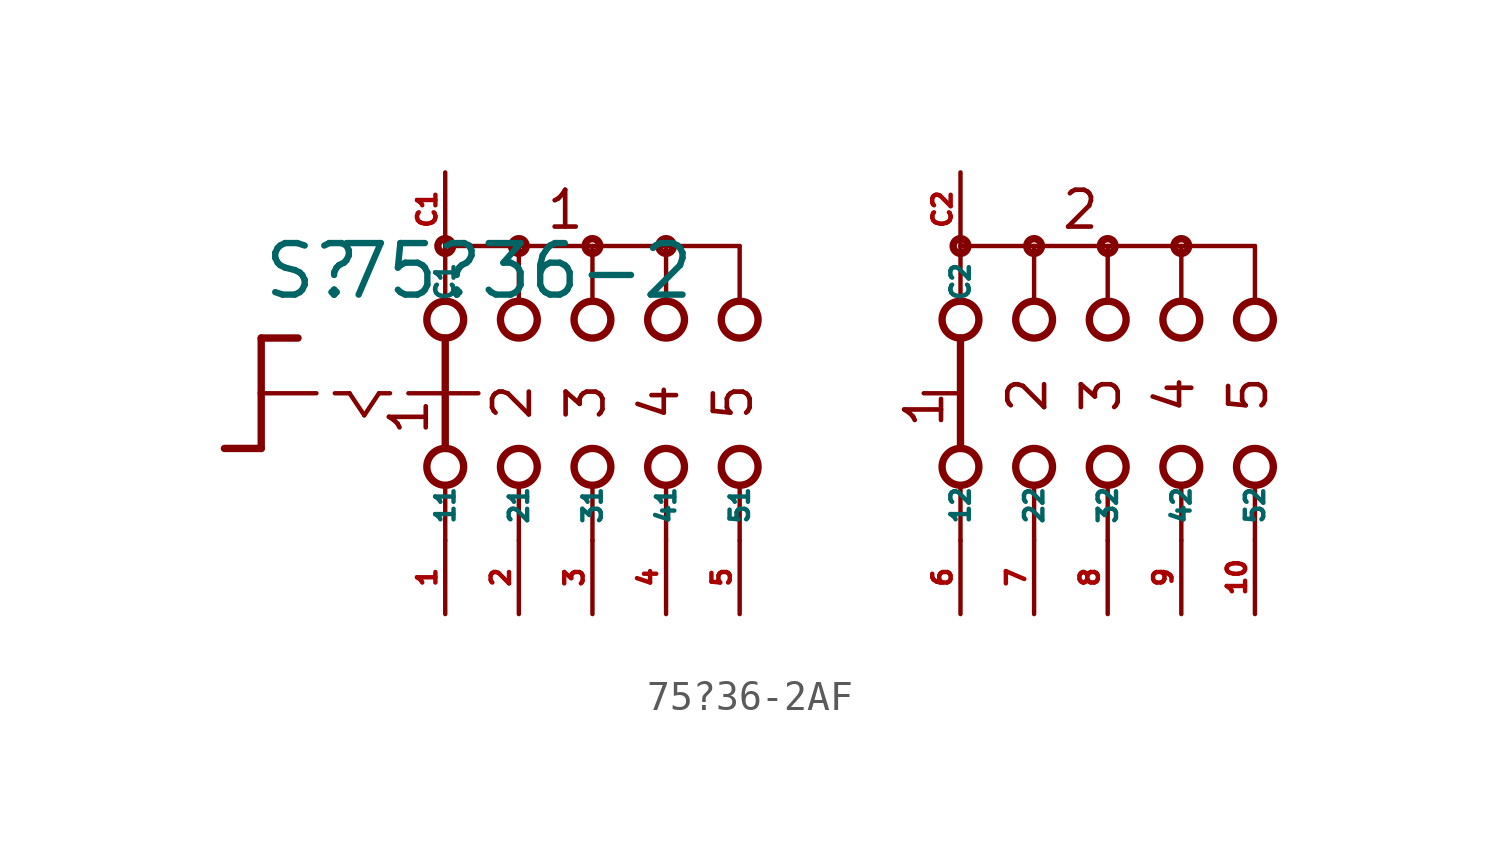
<source format=kicad_sym>
(kicad_symbol_lib
  (version 20220914)
  (generator Eagle2Kicad)
  (symbol "75?36-2AF"
    (property "Reference" "S"
      (at -19.05 3.175 0)
      (effects (font (size 1.778 1.778) (thickness 0.22)) (justify left bottom)))
    (property "Value" "75?36-2"
      (at -16.51 3.175 0)
      (effects (font (size 1.778 1.778) (thickness 0.22)) (justify left bottom)))
    (polyline
      (pts (xy -19.05 1.905) (xy -17.78 1.905))
      (stroke (width 0.254) (type default))
      (fill (type none)))
    (polyline
      (pts (xy -19.05 1.905) (xy -19.05 0))
      (stroke (width 0.254) (type default))
      (fill (type none)))
    (polyline
      (pts (xy -19.05 -1.905) (xy -20.32 -1.905))
      (stroke (width 0.254) (type default))
      (fill (type none)))
    (polyline
      (pts (xy -19.05 0) (xy -17.145 0))
      (stroke (width 0.152) (type default))
      (fill (type none)))
    (polyline
      (pts (xy -19.05 0) (xy -19.05 -1.905))
      (stroke (width 0.254) (type default))
      (fill (type none)))
    (polyline
      (pts (xy -16.51 0) (xy -16.002 0))
      (stroke (width 0.152) (type default))
      (fill (type none)))
    (polyline
      (pts (xy -14.986 0) (xy -14.605 0))
      (stroke (width 0.152) (type default))
      (fill (type none)))
    (polyline
      (pts (xy -16.002 0) (xy -15.494 -0.762))
      (stroke (width 0.152) (type default))
      (fill (type none)))
    (polyline
      (pts (xy -15.494 -0.762) (xy -14.986 0))
      (stroke (width 0.152) (type default))
      (fill (type none)))
    (polyline
      (pts (xy -10.16 3.175) (xy -10.16 5.08))
      (stroke (width 0.152) (type default))
      (fill (type none)))
    (polyline
      (pts (xy -7.62 3.175) (xy -7.62 5.08))
      (stroke (width 0.152) (type default))
      (fill (type none)))
    (polyline
      (pts (xy -5.08 3.175) (xy -5.08 5.08))
      (stroke (width 0.152) (type default))
      (fill (type none)))
    (polyline
      (pts (xy -7.62 5.08) (xy -10.16 5.08))
      (stroke (width 0.152) (type default))
      (fill (type none)))
    (polyline
      (pts (xy -7.62 5.08) (xy -5.08 5.08))
      (stroke (width 0.152) (type default))
      (fill (type none)))
    (polyline
      (pts (xy -2.54 3.175) (xy -2.54 5.08))
      (stroke (width 0.152) (type default))
      (fill (type none)))
    (polyline
      (pts (xy -5.08 5.08) (xy -2.54 5.08))
      (stroke (width 0.152) (type default))
      (fill (type none)))
    (polyline
      (pts (xy -12.7 5.08) (xy -12.7 3.175))
      (stroke (width 0.152) (type default))
      (fill (type none)))
    (polyline
      (pts (xy -10.16 5.08) (xy -12.7 5.08))
      (stroke (width 0.152) (type default))
      (fill (type none)))
    (polyline
      (pts (xy 5.08 3.175) (xy 5.08 5.08))
      (stroke (width 0.152) (type default))
      (fill (type none)))
    (polyline
      (pts (xy 5.08 -5.08) (xy 5.08 -3.175))
      (stroke (width 0.152) (type default))
      (fill (type none)))
    (polyline
      (pts (xy 7.62 3.175) (xy 7.62 5.08))
      (stroke (width 0.152) (type default))
      (fill (type none)))
    (polyline
      (pts (xy 10.16 3.175) (xy 10.16 5.08))
      (stroke (width 0.152) (type default))
      (fill (type none)))
    (polyline
      (pts (xy 12.7 3.175) (xy 12.7 5.08))
      (stroke (width 0.152) (type default))
      (fill (type none)))
    (polyline
      (pts (xy 15.24 3.175) (xy 15.24 5.08))
      (stroke (width 0.152) (type default))
      (fill (type none)))
    (polyline
      (pts (xy 5.08 5.08) (xy 7.62 5.08))
      (stroke (width 0.152) (type default))
      (fill (type none)))
    (polyline
      (pts (xy 7.62 5.08) (xy 10.16 5.08))
      (stroke (width 0.152) (type default))
      (fill (type none)))
    (polyline
      (pts (xy 10.16 5.08) (xy 12.7 5.08))
      (stroke (width 0.152) (type default))
      (fill (type none)))
    (polyline
      (pts (xy 12.7 5.08) (xy 15.24 5.08))
      (stroke (width 0.152) (type default))
      (fill (type none)))
    (polyline
      (pts (xy 7.62 -5.08) (xy 7.62 -3.175))
      (stroke (width 0.152) (type default))
      (fill (type none)))
    (polyline
      (pts (xy 10.16 -5.08) (xy 10.16 -3.175))
      (stroke (width 0.152) (type default))
      (fill (type none)))
    (polyline
      (pts (xy 12.7 -5.08) (xy 12.7 -3.175))
      (stroke (width 0.152) (type default))
      (fill (type none)))
    (polyline
      (pts (xy 15.24 -5.08) (xy 15.24 -3.175))
      (stroke (width 0.152) (type default))
      (fill (type none)))
    (polyline
      (pts (xy 5.08 1.905) (xy 5.08 -1.905))
      (stroke (width 0.254) (type default))
      (fill (type none)))
    (polyline
      (pts (xy 3.81 0) (xy 4.953 0))
      (stroke (width 0.152) (type default))
      (fill (type none)))
    (polyline
      (pts (xy -13.97 0) (xy -12.827 0))
      (stroke (width 0.152) (type default))
      (fill (type none)))
    (polyline
      (pts (xy -10.16 -5.08) (xy -10.16 -3.175))
      (stroke (width 0.152) (type default))
      (fill (type none)))
    (polyline
      (pts (xy -7.62 -5.08) (xy -7.62 -3.175))
      (stroke (width 0.152) (type default))
      (fill (type none)))
    (polyline
      (pts (xy -5.08 -5.08) (xy -5.08 -3.175))
      (stroke (width 0.152) (type default))
      (fill (type none)))
    (polyline
      (pts (xy -2.54 -5.08) (xy -2.54 -3.175))
      (stroke (width 0.152) (type default))
      (fill (type none)))
    (polyline
      (pts (xy -12.7 1.905) (xy -12.7 0))
      (stroke (width 0.254) (type default))
      (fill (type none)))
    (polyline
      (pts (xy -12.7 -3.175) (xy -12.7 -5.08))
      (stroke (width 0.152) (type default))
      (fill (type none)))
    (polyline
      (pts (xy -12.7 0) (xy -11.557 0))
      (stroke (width 0.152) (type default))
      (fill (type none)))
    (polyline
      (pts (xy -12.7 0) (xy -12.7 -1.905))
      (stroke (width 0.254) (type default))
      (fill (type none)))
    (text "2"
      (at 8.128 -0.762 900)
      (effects (font (size 1.27 1.27) (thickness 0.16)) (justify left bottom)))
    (text "3"
      (at 10.668 -0.762 900)
      (effects (font (size 1.27 1.27) (thickness 0.16)) (justify left bottom)))
    (text "4"
      (at 13.208 -0.762 900)
      (effects (font (size 1.27 1.27) (thickness 0.16)) (justify left bottom)))
    (text "5"
      (at 15.748 -0.762 900)
      (effects (font (size 1.27 1.27) (thickness 0.16)) (justify left bottom)))
    (text "1"
      (at 4.572 -1.27 900)
      (effects (font (size 1.27 1.27) (thickness 0.16)) (justify left bottom)))
    (text "1"
      (at -13.208 -1.524 900)
      (effects (font (size 1.27 1.27) (thickness 0.16)) (justify left bottom)))
    (text "2"
      (at -9.652 -1.016 900)
      (effects (font (size 1.27 1.27) (thickness 0.16)) (justify left bottom)))
    (text "3"
      (at -7.112 -1.016 900)
      (effects (font (size 1.27 1.27) (thickness 0.16)) (justify left bottom)))
    (text "4"
      (at -4.572 -1.016 900)
      (effects (font (size 1.27 1.27) (thickness 0.16)) (justify left bottom)))
    (text "5"
      (at -2.032 -1.016 900)
      (effects (font (size 1.27 1.27) (thickness 0.16)) (justify left bottom)))
    (text "1 "
      (at -9.271 5.588 0)
      (effects (font (size 1.27 1.27) (thickness 0.16)) (justify left bottom)))
    (text "2 "
      (at 8.509 5.588 0)
      (effects (font (size 1.27 1.27) (thickness 0.16)) (justify left bottom)))
    (circle
      (center -7.62 5.08)
      (radius 0.254)
      (stroke (width 0.254) (type default))
      (fill (type none)))
    (circle
      (center -5.08 5.08)
      (radius 0.254)
      (stroke (width 0.254) (type default))
      (fill (type none)))
    (circle
      (center -12.7 5.08)
      (radius 0.254)
      (stroke (width 0.254) (type default))
      (fill (type none)))
    (circle
      (center -10.16 5.08)
      (radius 0.254)
      (stroke (width 0.254) (type default))
      (fill (type none)))
    (circle
      (center -12.7 2.54)
      (radius 0.635)
      (stroke (width 0.254) (type default))
      (fill (type none)))
    (circle
      (center -10.16 2.54)
      (radius 0.635)
      (stroke (width 0.254) (type default))
      (fill (type none)))
    (circle
      (center -7.62 2.54)
      (radius 0.635)
      (stroke (width 0.254) (type default))
      (fill (type none)))
    (circle
      (center -5.08 2.54)
      (radius 0.635)
      (stroke (width 0.254) (type default))
      (fill (type none)))
    (circle
      (center -2.54 2.54)
      (radius 0.635)
      (stroke (width 0.254) (type default))
      (fill (type none)))
    (circle
      (center 5.08 5.08)
      (radius 0.254)
      (stroke (width 0.254) (type default))
      (fill (type none)))
    (circle
      (center 5.08 2.54)
      (radius 0.635)
      (stroke (width 0.254) (type default))
      (fill (type none)))
    (circle
      (center 5.08 -2.54)
      (radius 0.635)
      (stroke (width 0.254) (type default))
      (fill (type none)))
    (circle
      (center 7.62 2.54)
      (radius 0.635)
      (stroke (width 0.254) (type default))
      (fill (type none)))
    (circle
      (center 10.16 2.54)
      (radius 0.635)
      (stroke (width 0.254) (type default))
      (fill (type none)))
    (circle
      (center 12.7 2.54)
      (radius 0.635)
      (stroke (width 0.254) (type default))
      (fill (type none)))
    (circle
      (center 15.24 2.54)
      (radius 0.635)
      (stroke (width 0.254) (type default))
      (fill (type none)))
    (circle
      (center 7.62 5.08)
      (radius 0.254)
      (stroke (width 0.254) (type default))
      (fill (type none)))
    (circle
      (center 10.16 5.08)
      (radius 0.254)
      (stroke (width 0.254) (type default))
      (fill (type none)))
    (circle
      (center 12.7 5.08)
      (radius 0.254)
      (stroke (width 0.254) (type default))
      (fill (type none)))
    (circle
      (center 7.62 -2.54)
      (radius 0.635)
      (stroke (width 0.254) (type default))
      (fill (type none)))
    (circle
      (center 10.16 -2.54)
      (radius 0.635)
      (stroke (width 0.254) (type default))
      (fill (type none)))
    (circle
      (center 12.7 -2.54)
      (radius 0.635)
      (stroke (width 0.254) (type default))
      (fill (type none)))
    (circle
      (center 15.24 -2.54)
      (radius 0.635)
      (stroke (width 0.254) (type default))
      (fill (type none)))
    (circle
      (center -12.7 -2.54)
      (radius 0.635)
      (stroke (width 0.254) (type default))
      (fill (type none)))
    (circle
      (center -10.16 -2.54)
      (radius 0.635)
      (stroke (width 0.254) (type default))
      (fill (type none)))
    (circle
      (center -7.62 -2.54)
      (radius 0.635)
      (stroke (width 0.254) (type default))
      (fill (type none)))
    (circle
      (center -5.08 -2.54)
      (radius 0.635)
      (stroke (width 0.254) (type default))
      (fill (type none)))
    (circle
      (center -2.54 -2.54)
      (radius 0.635)
      (stroke (width 0.254) (type default))
      (fill (type none)))
    (pin passive line
      (at -12.7 -7.62 90)
      (length 2.54)
      (name "11" (effects (font (size 0.635 0.635) (thickness 0.08)) (justify left bottom)))
      (number "1" (effects (font (size 0.635 0.635) (thickness 0.08)) (justify left bottom))))
    (pin passive line
      (at -12.7 7.62 270)
      (length 2.54)
      (name "C1" (effects (font (size 0.635 0.635) (thickness 0.08)) (justify left bottom)))
      (number "C1" (effects (font (size 0.635 0.635) (thickness 0.08)) (justify left bottom))))
    (pin passive line
      (at -10.16 -7.62 90)
      (length 2.54)
      (name "21" (effects (font (size 0.635 0.635) (thickness 0.08)) (justify left bottom)))
      (number "2" (effects (font (size 0.635 0.635) (thickness 0.08)) (justify left bottom))))
    (pin passive line
      (at -7.62 -7.62 90)
      (length 2.54)
      (name "31" (effects (font (size 0.635 0.635) (thickness 0.08)) (justify left bottom)))
      (number "3" (effects (font (size 0.635 0.635) (thickness 0.08)) (justify left bottom))))
    (pin passive line
      (at -5.08 -7.62 90)
      (length 2.54)
      (name "41" (effects (font (size 0.635 0.635) (thickness 0.08)) (justify left bottom)))
      (number "4" (effects (font (size 0.635 0.635) (thickness 0.08)) (justify left bottom))))
    (pin passive line
      (at -2.54 -7.62 90)
      (length 2.54)
      (name "51" (effects (font (size 0.635 0.635) (thickness 0.08)) (justify left bottom)))
      (number "5" (effects (font (size 0.635 0.635) (thickness 0.08)) (justify left bottom))))
    (pin passive line
      (at 5.08 -7.62 90)
      (length 2.54)
      (name "12" (effects (font (size 0.635 0.635) (thickness 0.08)) (justify left bottom)))
      (number "6" (effects (font (size 0.635 0.635) (thickness 0.08)) (justify left bottom))))
    (pin passive line
      (at 7.62 -7.62 90)
      (length 2.54)
      (name "22" (effects (font (size 0.635 0.635) (thickness 0.08)) (justify left bottom)))
      (number "7" (effects (font (size 0.635 0.635) (thickness 0.08)) (justify left bottom))))
    (pin passive line
      (at 10.16 -7.62 90)
      (length 2.54)
      (name "32" (effects (font (size 0.635 0.635) (thickness 0.08)) (justify left bottom)))
      (number "8" (effects (font (size 0.635 0.635) (thickness 0.08)) (justify left bottom))))
    (pin passive line
      (at 12.7 -7.62 90)
      (length 2.54)
      (name "42" (effects (font (size 0.635 0.635) (thickness 0.08)) (justify left bottom)))
      (number "9" (effects (font (size 0.635 0.635) (thickness 0.08)) (justify left bottom))))
    (pin passive line
      (at 15.24 -7.62 90)
      (length 2.54)
      (name "52" (effects (font (size 0.635 0.635) (thickness 0.08)) (justify left bottom)))
      (number "10" (effects (font (size 0.635 0.635) (thickness 0.08)) (justify left bottom))))
    (pin passive line
      (at 5.08 7.62 270)
      (length 2.54)
      (name "C2" (effects (font (size 0.635 0.635) (thickness 0.08)) (justify left bottom)))
      (number "C2" (effects (font (size 0.635 0.635) (thickness 0.08)) (justify left bottom))))))
</source>
